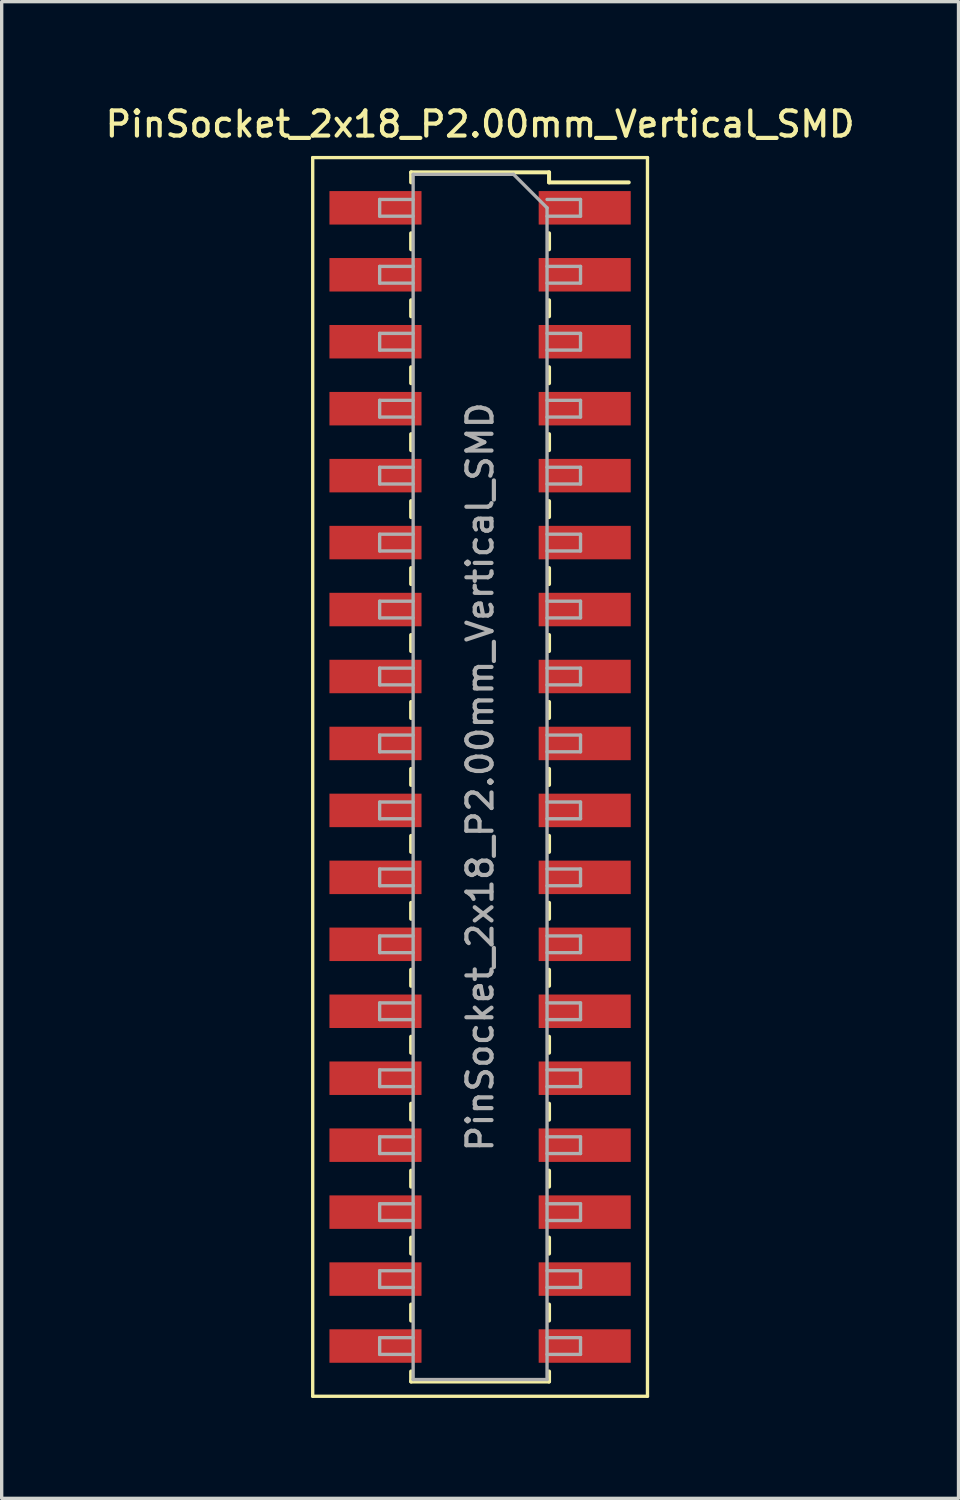
<source format=kicad_pcb>
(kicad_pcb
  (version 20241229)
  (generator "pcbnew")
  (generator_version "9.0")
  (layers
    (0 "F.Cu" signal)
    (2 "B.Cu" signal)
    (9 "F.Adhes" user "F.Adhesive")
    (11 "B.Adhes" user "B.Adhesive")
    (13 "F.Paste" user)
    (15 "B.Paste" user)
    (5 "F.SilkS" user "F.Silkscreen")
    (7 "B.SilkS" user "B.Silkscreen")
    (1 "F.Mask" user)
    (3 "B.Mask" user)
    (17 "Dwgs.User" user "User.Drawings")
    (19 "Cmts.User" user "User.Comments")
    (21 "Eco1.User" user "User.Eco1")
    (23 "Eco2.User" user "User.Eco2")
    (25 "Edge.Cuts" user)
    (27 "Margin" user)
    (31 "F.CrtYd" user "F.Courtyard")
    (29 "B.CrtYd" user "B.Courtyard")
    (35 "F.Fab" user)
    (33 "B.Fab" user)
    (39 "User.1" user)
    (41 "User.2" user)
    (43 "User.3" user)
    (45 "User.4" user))
  (footprint "PinSocket_2x18_P2.00mm_Vertical_SMD"
    (layer "F.Cu")
    (at 11.291 20.158)
    (property "Reference" "PinSocket_2x18_P2.00mm_Vertical_SMD" (at 0 -19.5 0) (layer "F.SilkS") (effects (font (size 0.75 0.75) (thickness 0.125))))
    (attr smd)
    (fp_line (start -5 -18.5) (end 5 -18.5) (stroke (width 0.1) (type solid)) (layer "F.SilkS"))
    (fp_line (start -5 18.5) (end -5 -18.5) (stroke (width 0.1) (type solid)) (layer "F.SilkS"))
    (fp_line (start -2.06 -18.06) (end -2.06 -17.76) (stroke (width 0.12) (type solid)) (layer "F.SilkS"))
    (fp_line (start -2.06 -18.06) (end 2.06 -18.06) (stroke (width 0.12) (type solid)) (layer "F.SilkS"))
    (fp_line (start -2.06 -16.24) (end -2.06 -15.76) (stroke (width 0.12) (type solid)) (layer "F.SilkS"))
    (fp_line (start -2.06 -14.24) (end -2.06 -13.76) (stroke (width 0.12) (type solid)) (layer "F.SilkS"))
    (fp_line (start -2.06 -12.24) (end -2.06 -11.76) (stroke (width 0.12) (type solid)) (layer "F.SilkS"))
    (fp_line (start -2.06 -10.24) (end -2.06 -9.76) (stroke (width 0.12) (type solid)) (layer "F.SilkS"))
    (fp_line (start -2.06 -8.24) (end -2.06 -7.76) (stroke (width 0.12) (type solid)) (layer "F.SilkS"))
    (fp_line (start -2.06 -6.24) (end -2.06 -5.76) (stroke (width 0.12) (type solid)) (layer "F.SilkS"))
    (fp_line (start -2.06 -4.24) (end -2.06 -3.76) (stroke (width 0.12) (type solid)) (layer "F.SilkS"))
    (fp_line (start -2.06 -2.24) (end -2.06 -1.76) (stroke (width 0.12) (type solid)) (layer "F.SilkS"))
    (fp_line (start -2.06 -0.24) (end -2.06 0.24) (stroke (width 0.12) (type solid)) (layer "F.SilkS"))
    (fp_line (start -2.06 1.76) (end -2.06 2.24) (stroke (width 0.12) (type solid)) (layer "F.SilkS"))
    (fp_line (start -2.06 3.76) (end -2.06 4.24) (stroke (width 0.12) (type solid)) (layer "F.SilkS"))
    (fp_line (start -2.06 5.76) (end -2.06 6.24) (stroke (width 0.12) (type solid)) (layer "F.SilkS"))
    (fp_line (start -2.06 7.76) (end -2.06 8.24) (stroke (width 0.12) (type solid)) (layer "F.SilkS"))
    (fp_line (start -2.06 9.76) (end -2.06 10.24) (stroke (width 0.12) (type solid)) (layer "F.SilkS"))
    (fp_line (start -2.06 11.76) (end -2.06 12.24) (stroke (width 0.12) (type solid)) (layer "F.SilkS"))
    (fp_line (start -2.06 13.76) (end -2.06 14.24) (stroke (width 0.12) (type solid)) (layer "F.SilkS"))
    (fp_line (start -2.06 15.76) (end -2.06 16.24) (stroke (width 0.12) (type solid)) (layer "F.SilkS"))
    (fp_line (start -2.06 17.76) (end -2.06 18.06) (stroke (width 0.12) (type solid)) (layer "F.SilkS"))
    (fp_line (start -2.06 18.06) (end 2.06 18.06) (stroke (width 0.12) (type solid)) (layer "F.SilkS"))
    (fp_line (start 2.06 -18.06) (end 2.06 -17.76) (stroke (width 0.12) (type solid)) (layer "F.SilkS"))
    (fp_line (start 2.06 -17.76) (end 4.44 -17.76) (stroke (width 0.12) (type solid)) (layer "F.SilkS"))
    (fp_line (start 2.06 -16.24) (end 2.06 -15.76) (stroke (width 0.12) (type solid)) (layer "F.SilkS"))
    (fp_line (start 2.06 -14.24) (end 2.06 -13.76) (stroke (width 0.12) (type solid)) (layer "F.SilkS"))
    (fp_line (start 2.06 -12.24) (end 2.06 -11.76) (stroke (width 0.12) (type solid)) (layer "F.SilkS"))
    (fp_line (start 2.06 -10.24) (end 2.06 -9.76) (stroke (width 0.12) (type solid)) (layer "F.SilkS"))
    (fp_line (start 2.06 -8.24) (end 2.06 -7.76) (stroke (width 0.12) (type solid)) (layer "F.SilkS"))
    (fp_line (start 2.06 -6.24) (end 2.06 -5.76) (stroke (width 0.12) (type solid)) (layer "F.SilkS"))
    (fp_line (start 2.06 -4.24) (end 2.06 -3.76) (stroke (width 0.12) (type solid)) (layer "F.SilkS"))
    (fp_line (start 2.06 -2.24) (end 2.06 -1.76) (stroke (width 0.12) (type solid)) (layer "F.SilkS"))
    (fp_line (start 2.06 -0.24) (end 2.06 0.24) (stroke (width 0.12) (type solid)) (layer "F.SilkS"))
    (fp_line (start 2.06 1.76) (end 2.06 2.24) (stroke (width 0.12) (type solid)) (layer "F.SilkS"))
    (fp_line (start 2.06 3.76) (end 2.06 4.24) (stroke (width 0.12) (type solid)) (layer "F.SilkS"))
    (fp_line (start 2.06 5.76) (end 2.06 6.24) (stroke (width 0.12) (type solid)) (layer "F.SilkS"))
    (fp_line (start 2.06 7.76) (end 2.06 8.24) (stroke (width 0.12) (type solid)) (layer "F.SilkS"))
    (fp_line (start 2.06 9.76) (end 2.06 10.24) (stroke (width 0.12) (type solid)) (layer "F.SilkS"))
    (fp_line (start 2.06 11.76) (end 2.06 12.24) (stroke (width 0.12) (type solid)) (layer "F.SilkS"))
    (fp_line (start 2.06 13.76) (end 2.06 14.24) (stroke (width 0.12) (type solid)) (layer "F.SilkS"))
    (fp_line (start 2.06 15.76) (end 2.06 16.24) (stroke (width 0.12) (type solid)) (layer "F.SilkS"))
    (fp_line (start 2.06 17.76) (end 2.06 18.06) (stroke (width 0.12) (type solid)) (layer "F.SilkS"))
    (fp_line (start 5 -18.5) (end 5 18.5) (stroke (width 0.1) (type solid)) (layer "F.SilkS"))
    (fp_line (start 5 18.5) (end -5 18.5) (stroke (width 0.1) (type solid)) (layer "F.SilkS"))
    (fp_line (start -3 -17.25) (end -2 -17.25) (stroke (width 0.1) (type solid)) (layer "F.Fab"))
    (fp_line (start -3 -16.75) (end -3 -17.25) (stroke (width 0.1) (type solid)) (layer "F.Fab"))
    (fp_line (start -3 -15.25) (end -2 -15.25) (stroke (width 0.1) (type solid)) (layer "F.Fab"))
    (fp_line (start -3 -14.75) (end -3 -15.25) (stroke (width 0.1) (type solid)) (layer "F.Fab"))
    (fp_line (start -3 -13.25) (end -2 -13.25) (stroke (width 0.1) (type solid)) (layer "F.Fab"))
    (fp_line (start -3 -12.75) (end -3 -13.25) (stroke (width 0.1) (type solid)) (layer "F.Fab"))
    (fp_line (start -3 -11.25) (end -2 -11.25) (stroke (width 0.1) (type solid)) (layer "F.Fab"))
    (fp_line (start -3 -10.75) (end -3 -11.25) (stroke (width 0.1) (type solid)) (layer "F.Fab"))
    (fp_line (start -3 -9.25) (end -2 -9.25) (stroke (width 0.1) (type solid)) (layer "F.Fab"))
    (fp_line (start -3 -8.75) (end -3 -9.25) (stroke (width 0.1) (type solid)) (layer "F.Fab"))
    (fp_line (start -3 -7.25) (end -2 -7.25) (stroke (width 0.1) (type solid)) (layer "F.Fab"))
    (fp_line (start -3 -6.75) (end -3 -7.25) (stroke (width 0.1) (type solid)) (layer "F.Fab"))
    (fp_line (start -3 -5.25) (end -2 -5.25) (stroke (width 0.1) (type solid)) (layer "F.Fab"))
    (fp_line (start -3 -4.75) (end -3 -5.25) (stroke (width 0.1) (type solid)) (layer "F.Fab"))
    (fp_line (start -3 -3.25) (end -2 -3.25) (stroke (width 0.1) (type solid)) (layer "F.Fab"))
    (fp_line (start -3 -2.75) (end -3 -3.25) (stroke (width 0.1) (type solid)) (layer "F.Fab"))
    (fp_line (start -3 -1.25) (end -2 -1.25) (stroke (width 0.1) (type solid)) (layer "F.Fab"))
    (fp_line (start -3 -0.75) (end -3 -1.25) (stroke (width 0.1) (type solid)) (layer "F.Fab"))
    (fp_line (start -3 0.75) (end -2 0.75) (stroke (width 0.1) (type solid)) (layer "F.Fab"))
    (fp_line (start -3 1.25) (end -3 0.75) (stroke (width 0.1) (type solid)) (layer "F.Fab"))
    (fp_line (start -3 2.75) (end -2 2.75) (stroke (width 0.1) (type solid)) (layer "F.Fab"))
    (fp_line (start -3 3.25) (end -3 2.75) (stroke (width 0.1) (type solid)) (layer "F.Fab"))
    (fp_line (start -3 4.75) (end -2 4.75) (stroke (width 0.1) (type solid)) (layer "F.Fab"))
    (fp_line (start -3 5.25) (end -3 4.75) (stroke (width 0.1) (type solid)) (layer "F.Fab"))
    (fp_line (start -3 6.75) (end -2 6.75) (stroke (width 0.1) (type solid)) (layer "F.Fab"))
    (fp_line (start -3 7.25) (end -3 6.75) (stroke (width 0.1) (type solid)) (layer "F.Fab"))
    (fp_line (start -3 8.75) (end -2 8.75) (stroke (width 0.1) (type solid)) (layer "F.Fab"))
    (fp_line (start -3 9.25) (end -3 8.75) (stroke (width 0.1) (type solid)) (layer "F.Fab"))
    (fp_line (start -3 10.75) (end -2 10.75) (stroke (width 0.1) (type solid)) (layer "F.Fab"))
    (fp_line (start -3 11.25) (end -3 10.75) (stroke (width 0.1) (type solid)) (layer "F.Fab"))
    (fp_line (start -3 12.75) (end -2 12.75) (stroke (width 0.1) (type solid)) (layer "F.Fab"))
    (fp_line (start -3 13.25) (end -3 12.75) (stroke (width 0.1) (type solid)) (layer "F.Fab"))
    (fp_line (start -3 14.75) (end -2 14.75) (stroke (width 0.1) (type solid)) (layer "F.Fab"))
    (fp_line (start -3 15.25) (end -3 14.75) (stroke (width 0.1) (type solid)) (layer "F.Fab"))
    (fp_line (start -3 16.75) (end -2 16.75) (stroke (width 0.1) (type solid)) (layer "F.Fab"))
    (fp_line (start -3 17.25) (end -3 16.75) (stroke (width 0.1) (type solid)) (layer "F.Fab"))
    (fp_line (start -2 -18) (end 1 -18) (stroke (width 0.1) (type solid)) (layer "F.Fab"))
    (fp_line (start -2 -16.75) (end -3 -16.75) (stroke (width 0.1) (type solid)) (layer "F.Fab"))
    (fp_line (start -2 -14.75) (end -3 -14.75) (stroke (width 0.1) (type solid)) (layer "F.Fab"))
    (fp_line (start -2 -12.75) (end -3 -12.75) (stroke (width 0.1) (type solid)) (layer "F.Fab"))
    (fp_line (start -2 -10.75) (end -3 -10.75) (stroke (width 0.1) (type solid)) (layer "F.Fab"))
    (fp_line (start -2 -8.75) (end -3 -8.75) (stroke (width 0.1) (type solid)) (layer "F.Fab"))
    (fp_line (start -2 -6.75) (end -3 -6.75) (stroke (width 0.1) (type solid)) (layer "F.Fab"))
    (fp_line (start -2 -4.75) (end -3 -4.75) (stroke (width 0.1) (type solid)) (layer "F.Fab"))
    (fp_line (start -2 -2.75) (end -3 -2.75) (stroke (width 0.1) (type solid)) (layer "F.Fab"))
    (fp_line (start -2 -0.75) (end -3 -0.75) (stroke (width 0.1) (type solid)) (layer "F.Fab"))
    (fp_line (start -2 1.25) (end -3 1.25) (stroke (width 0.1) (type solid)) (layer "F.Fab"))
    (fp_line (start -2 3.25) (end -3 3.25) (stroke (width 0.1) (type solid)) (layer "F.Fab"))
    (fp_line (start -2 5.25) (end -3 5.25) (stroke (width 0.1) (type solid)) (layer "F.Fab"))
    (fp_line (start -2 7.25) (end -3 7.25) (stroke (width 0.1) (type solid)) (layer "F.Fab"))
    (fp_line (start -2 9.25) (end -3 9.25) (stroke (width 0.1) (type solid)) (layer "F.Fab"))
    (fp_line (start -2 11.25) (end -3 11.25) (stroke (width 0.1) (type solid)) (layer "F.Fab"))
    (fp_line (start -2 13.25) (end -3 13.25) (stroke (width 0.1) (type solid)) (layer "F.Fab"))
    (fp_line (start -2 15.25) (end -3 15.25) (stroke (width 0.1) (type solid)) (layer "F.Fab"))
    (fp_line (start -2 17.25) (end -3 17.25) (stroke (width 0.1) (type solid)) (layer "F.Fab"))
    (fp_line (start -2 18) (end -2 -18) (stroke (width 0.1) (type solid)) (layer "F.Fab"))
    (fp_line (start 1 -18) (end 2 -17) (stroke (width 0.1) (type solid)) (layer "F.Fab"))
    (fp_line (start 2 -17.25) (end 3 -17.25) (stroke (width 0.1) (type solid)) (layer "F.Fab"))
    (fp_line (start 2 -17) (end 2 18) (stroke (width 0.1) (type solid)) (layer "F.Fab"))
    (fp_line (start 2 -15.25) (end 3 -15.25) (stroke (width 0.1) (type solid)) (layer "F.Fab"))
    (fp_line (start 2 -13.25) (end 3 -13.25) (stroke (width 0.1) (type solid)) (layer "F.Fab"))
    (fp_line (start 2 -11.25) (end 3 -11.25) (stroke (width 0.1) (type solid)) (layer "F.Fab"))
    (fp_line (start 2 -9.25) (end 3 -9.25) (stroke (width 0.1) (type solid)) (layer "F.Fab"))
    (fp_line (start 2 -7.25) (end 3 -7.25) (stroke (width 0.1) (type solid)) (layer "F.Fab"))
    (fp_line (start 2 -5.25) (end 3 -5.25) (stroke (width 0.1) (type solid)) (layer "F.Fab"))
    (fp_line (start 2 -3.25) (end 3 -3.25) (stroke (width 0.1) (type solid)) (layer "F.Fab"))
    (fp_line (start 2 -1.25) (end 3 -1.25) (stroke (width 0.1) (type solid)) (layer "F.Fab"))
    (fp_line (start 2 0.75) (end 3 0.75) (stroke (width 0.1) (type solid)) (layer "F.Fab"))
    (fp_line (start 2 2.75) (end 3 2.75) (stroke (width 0.1) (type solid)) (layer "F.Fab"))
    (fp_line (start 2 4.75) (end 3 4.75) (stroke (width 0.1) (type solid)) (layer "F.Fab"))
    (fp_line (start 2 6.75) (end 3 6.75) (stroke (width 0.1) (type solid)) (layer "F.Fab"))
    (fp_line (start 2 8.75) (end 3 8.75) (stroke (width 0.1) (type solid)) (layer "F.Fab"))
    (fp_line (start 2 10.75) (end 3 10.75) (stroke (width 0.1) (type solid)) (layer "F.Fab"))
    (fp_line (start 2 12.75) (end 3 12.75) (stroke (width 0.1) (type solid)) (layer "F.Fab"))
    (fp_line (start 2 14.75) (end 3 14.75) (stroke (width 0.1) (type solid)) (layer "F.Fab"))
    (fp_line (start 2 16.75) (end 3 16.75) (stroke (width 0.1) (type solid)) (layer "F.Fab"))
    (fp_line (start 2 18) (end -2 18) (stroke (width 0.1) (type solid)) (layer "F.Fab"))
    (fp_line (start 3 -17.25) (end 3 -16.75) (stroke (width 0.1) (type solid)) (layer "F.Fab"))
    (fp_line (start 3 -16.75) (end 2 -16.75) (stroke (width 0.1) (type solid)) (layer "F.Fab"))
    (fp_line (start 3 -15.25) (end 3 -14.75) (stroke (width 0.1) (type solid)) (layer "F.Fab"))
    (fp_line (start 3 -14.75) (end 2 -14.75) (stroke (width 0.1) (type solid)) (layer "F.Fab"))
    (fp_line (start 3 -13.25) (end 3 -12.75) (stroke (width 0.1) (type solid)) (layer "F.Fab"))
    (fp_line (start 3 -12.75) (end 2 -12.75) (stroke (width 0.1) (type solid)) (layer "F.Fab"))
    (fp_line (start 3 -11.25) (end 3 -10.75) (stroke (width 0.1) (type solid)) (layer "F.Fab"))
    (fp_line (start 3 -10.75) (end 2 -10.75) (stroke (width 0.1) (type solid)) (layer "F.Fab"))
    (fp_line (start 3 -9.25) (end 3 -8.75) (stroke (width 0.1) (type solid)) (layer "F.Fab"))
    (fp_line (start 3 -8.75) (end 2 -8.75) (stroke (width 0.1) (type solid)) (layer "F.Fab"))
    (fp_line (start 3 -7.25) (end 3 -6.75) (stroke (width 0.1) (type solid)) (layer "F.Fab"))
    (fp_line (start 3 -6.75) (end 2 -6.75) (stroke (width 0.1) (type solid)) (layer "F.Fab"))
    (fp_line (start 3 -5.25) (end 3 -4.75) (stroke (width 0.1) (type solid)) (layer "F.Fab"))
    (fp_line (start 3 -4.75) (end 2 -4.75) (stroke (width 0.1) (type solid)) (layer "F.Fab"))
    (fp_line (start 3 -3.25) (end 3 -2.75) (stroke (width 0.1) (type solid)) (layer "F.Fab"))
    (fp_line (start 3 -2.75) (end 2 -2.75) (stroke (width 0.1) (type solid)) (layer "F.Fab"))
    (fp_line (start 3 -1.25) (end 3 -0.75) (stroke (width 0.1) (type solid)) (layer "F.Fab"))
    (fp_line (start 3 -0.75) (end 2 -0.75) (stroke (width 0.1) (type solid)) (layer "F.Fab"))
    (fp_line (start 3 0.75) (end 3 1.25) (stroke (width 0.1) (type solid)) (layer "F.Fab"))
    (fp_line (start 3 1.25) (end 2 1.25) (stroke (width 0.1) (type solid)) (layer "F.Fab"))
    (fp_line (start 3 2.75) (end 3 3.25) (stroke (width 0.1) (type solid)) (layer "F.Fab"))
    (fp_line (start 3 3.25) (end 2 3.25) (stroke (width 0.1) (type solid)) (layer "F.Fab"))
    (fp_line (start 3 4.75) (end 3 5.25) (stroke (width 0.1) (type solid)) (layer "F.Fab"))
    (fp_line (start 3 5.25) (end 2 5.25) (stroke (width 0.1) (type solid)) (layer "F.Fab"))
    (fp_line (start 3 6.75) (end 3 7.25) (stroke (width 0.1) (type solid)) (layer "F.Fab"))
    (fp_line (start 3 7.25) (end 2 7.25) (stroke (width 0.1) (type solid)) (layer "F.Fab"))
    (fp_line (start 3 8.75) (end 3 9.25) (stroke (width 0.1) (type solid)) (layer "F.Fab"))
    (fp_line (start 3 9.25) (end 2 9.25) (stroke (width 0.1) (type solid)) (layer "F.Fab"))
    (fp_line (start 3 10.75) (end 3 11.25) (stroke (width 0.1) (type solid)) (layer "F.Fab"))
    (fp_line (start 3 11.25) (end 2 11.25) (stroke (width 0.1) (type solid)) (layer "F.Fab"))
    (fp_line (start 3 12.75) (end 3 13.25) (stroke (width 0.1) (type solid)) (layer "F.Fab"))
    (fp_line (start 3 13.25) (end 2 13.25) (stroke (width 0.1) (type solid)) (layer "F.Fab"))
    (fp_line (start 3 14.75) (end 3 15.25) (stroke (width 0.1) (type solid)) (layer "F.Fab"))
    (fp_line (start 3 15.25) (end 2 15.25) (stroke (width 0.1) (type solid)) (layer "F.Fab"))
    (fp_line (start 3 16.75) (end 3 17.25) (stroke (width 0.1) (type solid)) (layer "F.Fab"))
    (fp_line (start 3 17.25) (end 2 17.25) (stroke (width 0.1) (type solid)) (layer "F.Fab"))
    (fp_text user "${REFERENCE}" (at 0 0 90) (layer "F.Fab") (effects (font (size 0.75 0.75) (thickness 0.125))))
    (pad "1" smd rect (at 3.125 -17) (size 2.75 1) (layers "F.Cu" "F.Mask" "F.Paste"))
    (pad "2" smd rect (at -3.125 -17) (size 2.75 1) (layers "F.Cu" "F.Mask" "F.Paste"))
    (pad "3" smd rect (at 3.125 -15) (size 2.75 1) (layers "F.Cu" "F.Mask" "F.Paste"))
    (pad "4" smd rect (at -3.125 -15) (size 2.75 1) (layers "F.Cu" "F.Mask" "F.Paste"))
    (pad "5" smd rect (at 3.125 -13) (size 2.75 1) (layers "F.Cu" "F.Mask" "F.Paste"))
    (pad "6" smd rect (at -3.125 -13) (size 2.75 1) (layers "F.Cu" "F.Mask" "F.Paste"))
    (pad "7" smd rect (at 3.125 -11) (size 2.75 1) (layers "F.Cu" "F.Mask" "F.Paste"))
    (pad "8" smd rect (at -3.125 -11) (size 2.75 1) (layers "F.Cu" "F.Mask" "F.Paste"))
    (pad "9" smd rect (at 3.125 -9) (size 2.75 1) (layers "F.Cu" "F.Mask" "F.Paste"))
    (pad "10" smd rect (at -3.125 -9) (size 2.75 1) (layers "F.Cu" "F.Mask" "F.Paste"))
    (pad "11" smd rect (at 3.125 -7) (size 2.75 1) (layers "F.Cu" "F.Mask" "F.Paste"))
    (pad "12" smd rect (at -3.125 -7) (size 2.75 1) (layers "F.Cu" "F.Mask" "F.Paste"))
    (pad "13" smd rect (at 3.125 -5) (size 2.75 1) (layers "F.Cu" "F.Mask" "F.Paste"))
    (pad "14" smd rect (at -3.125 -5) (size 2.75 1) (layers "F.Cu" "F.Mask" "F.Paste"))
    (pad "15" smd rect (at 3.125 -3) (size 2.75 1) (layers "F.Cu" "F.Mask" "F.Paste"))
    (pad "16" smd rect (at -3.125 -3) (size 2.75 1) (layers "F.Cu" "F.Mask" "F.Paste"))
    (pad "17" smd rect (at 3.125 -1) (size 2.75 1) (layers "F.Cu" "F.Mask" "F.Paste"))
    (pad "18" smd rect (at -3.125 -1) (size 2.75 1) (layers "F.Cu" "F.Mask" "F.Paste"))
    (pad "19" smd rect (at 3.125 1) (size 2.75 1) (layers "F.Cu" "F.Mask" "F.Paste"))
    (pad "20" smd rect (at -3.125 1) (size 2.75 1) (layers "F.Cu" "F.Mask" "F.Paste"))
    (pad "21" smd rect (at 3.125 3) (size 2.75 1) (layers "F.Cu" "F.Mask" "F.Paste"))
    (pad "22" smd rect (at -3.125 3) (size 2.75 1) (layers "F.Cu" "F.Mask" "F.Paste"))
    (pad "23" smd rect (at 3.125 5) (size 2.75 1) (layers "F.Cu" "F.Mask" "F.Paste"))
    (pad "24" smd rect (at -3.125 5) (size 2.75 1) (layers "F.Cu" "F.Mask" "F.Paste"))
    (pad "25" smd rect (at 3.125 7) (size 2.75 1) (layers "F.Cu" "F.Mask" "F.Paste"))
    (pad "26" smd rect (at -3.125 7) (size 2.75 1) (layers "F.Cu" "F.Mask" "F.Paste"))
    (pad "27" smd rect (at 3.125 9) (size 2.75 1) (layers "F.Cu" "F.Mask" "F.Paste"))
    (pad "28" smd rect (at -3.125 9) (size 2.75 1) (layers "F.Cu" "F.Mask" "F.Paste"))
    (pad "29" smd rect (at 3.125 11) (size 2.75 1) (layers "F.Cu" "F.Mask" "F.Paste"))
    (pad "30" smd rect (at -3.125 11) (size 2.75 1) (layers "F.Cu" "F.Mask" "F.Paste"))
    (pad "31" smd rect (at 3.125 13) (size 2.75 1) (layers "F.Cu" "F.Mask" "F.Paste"))
    (pad "32" smd rect (at -3.125 13) (size 2.75 1) (layers "F.Cu" "F.Mask" "F.Paste"))
    (pad "33" smd rect (at 3.125 15) (size 2.75 1) (layers "F.Cu" "F.Mask" "F.Paste"))
    (pad "34" smd rect (at -3.125 15) (size 2.75 1) (layers "F.Cu" "F.Mask" "F.Paste"))
    (pad "35" smd rect (at 3.125 17) (size 2.75 1) (layers "F.Cu" "F.Mask" "F.Paste"))
    (pad "36" smd rect (at -3.125 17) (size 2.75 1) (layers "F.Cu" "F.Mask" "F.Paste")))
  (gr_rect
    (start -3 -3)
    (end 25.582 41.708)
    (stroke (width 0.1) (type default))
    (fill no)
    (layer "Edge.Cuts")))
</source>
